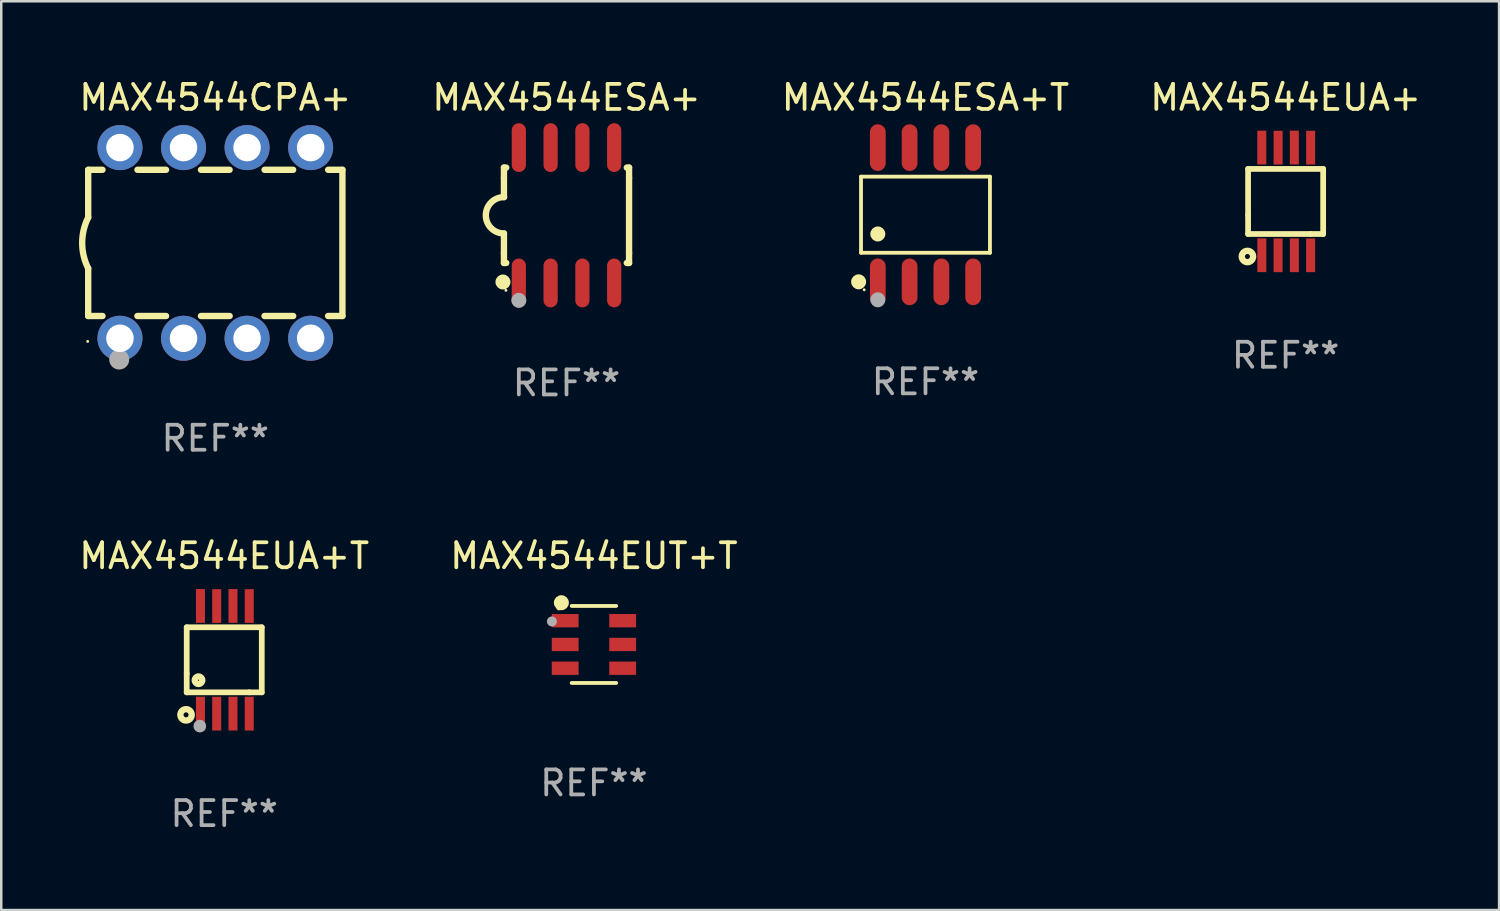
<source format=kicad_pcb>
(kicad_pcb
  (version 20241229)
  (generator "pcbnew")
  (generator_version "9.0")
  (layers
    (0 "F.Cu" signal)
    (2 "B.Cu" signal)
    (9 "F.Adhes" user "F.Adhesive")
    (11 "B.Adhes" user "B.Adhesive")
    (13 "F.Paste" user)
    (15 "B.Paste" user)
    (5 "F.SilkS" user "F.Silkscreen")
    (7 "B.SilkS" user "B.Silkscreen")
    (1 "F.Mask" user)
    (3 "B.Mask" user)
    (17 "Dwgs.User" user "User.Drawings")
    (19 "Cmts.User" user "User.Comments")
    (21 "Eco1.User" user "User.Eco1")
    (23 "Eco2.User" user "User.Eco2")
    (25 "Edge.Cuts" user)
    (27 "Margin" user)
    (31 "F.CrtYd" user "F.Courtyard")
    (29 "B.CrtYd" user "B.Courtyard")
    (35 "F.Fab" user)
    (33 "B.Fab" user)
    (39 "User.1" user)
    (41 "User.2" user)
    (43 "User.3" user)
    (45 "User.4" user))
  (footprint "MAX4544EUA+T"
    (layer "F.Cu")
    (at 5.911 23.317)
    (property "Reference" "MAX4544EUA+T" (at 0 -4.152 0) (layer "F.SilkS") (effects (font (size 1 1) (thickness 0.15))))
    (attr through_hole)
    (fp_line (start -1.5 1.301) (end 1 1.301) (stroke (width 0.229) (type solid)) (layer "F.SilkS"))
    (fp_line (start -1.5 -1.299) (end -1.5 0.551) (stroke (width 0.229) (type solid)) (layer "F.SilkS"))
    (fp_line (start -1.5 0.551) (end -1.5 1.301) (stroke (width 0.229) (type solid)) (layer "F.SilkS"))
    (fp_line (start 1 1.301) (end 1.5 1.301) (stroke (width 0.229) (type solid)) (layer "F.SilkS"))
    (fp_line (start 1.5 1.301) (end 1.5 -1.299) (stroke (width 0.229) (type solid)) (layer "F.SilkS"))
    (fp_line (start 1.5 -1.299) (end -1.5 -1.299) (stroke (width 0.229) (type solid)) (layer "F.SilkS"))
    (fp_circle (center -1.526 2.2) (end -1.426 2.2) (stroke (width 0.254) (type solid)) (fill no) (layer "F.SilkS"))
    (fp_circle (center -1.476 2.45) (end -1.446 2.45) (stroke (width 0.06) (type solid)) (fill no) (layer "F.SilkS"))
    (fp_circle (center -1.028 0.817) (end -0.878 0.817) (stroke (width 0.254) (type solid)) (fill no) (layer "F.SilkS"))
    (fp_circle (center -0.976 2.65) (end -0.849 2.65) (stroke (width 0.254) (type solid)) (fill no) (layer "F.Fab"))
    (fp_text user "REF**" (at 0 6.152 0) (layer "F.Fab") (effects (font (size 1 1) (thickness 0.15))))
    (pad "1" smd rect (at -0.951 2.15) (size 0.36 1.35) (layers "F.Cu" "F.Mask" "F.Paste"))
    (pad "2" smd rect (at -0.301 2.152) (size 0.36 1.35) (layers "F.Cu" "F.Mask" "F.Paste"))
    (pad "3" smd rect (at 0.349 2.151) (size 0.36 1.35) (layers "F.Cu" "F.Mask" "F.Paste"))
    (pad "4" smd rect (at 0.999 2.152) (size 0.36 1.35) (layers "F.Cu" "F.Mask" "F.Paste"))
    (pad "5" smd rect (at 0.999 -2.149) (size 0.36 1.35) (layers "F.Cu" "F.Mask" "F.Paste"))
    (pad "6" smd rect (at 0.349 -2.152) (size 0.36 1.35) (layers "F.Cu" "F.Mask" "F.Paste"))
    (pad "7" smd rect (at -0.301 -2.149) (size 0.36 1.35) (layers "F.Cu" "F.Mask" "F.Paste"))
    (pad "8" smd rect (at -0.951 -2.152) (size 0.36 1.35) (layers "F.Cu" "F.Mask" "F.Paste")))
  (footprint "MAX4544ESA+"
    (layer "F.Cu")
    (at 19.589 5.553)
    (property "Reference" "MAX4544ESA+" (at 0 -4.705 0) (layer "F.SilkS") (effects (font (size 1 1) (thickness 0.15))))
    (attr through_hole)
    (fp_line (start -2.5 -1.905) (end -2.409 -1.905) (stroke (width 0.254) (type solid)) (layer "F.SilkS"))
    (fp_line (start -2.5 -1.5) (end -2.5 -1.905) (stroke (width 0.254) (type solid)) (layer "F.SilkS"))
    (fp_line (start -2.5 -1.5) (end -2.5 -0.726) (stroke (width 0.254) (type solid)) (layer "F.SilkS"))
    (fp_line (start -2.5 1.5) (end -2.5 0.727) (stroke (width 0.254) (type solid)) (layer "F.SilkS"))
    (fp_line (start -2.5 1.5) (end -2.5 1.905) (stroke (width 0.254) (type solid)) (layer "F.SilkS"))
    (fp_line (start -2.5 1.905) (end -2.409 1.905) (stroke (width 0.254) (type solid)) (layer "F.SilkS"))
    (fp_line (start 2.5 -1.905) (end 2.409 -1.905) (stroke (width 0.254) (type solid)) (layer "F.SilkS"))
    (fp_line (start 2.5 -1.5) (end 2.5 -1.905) (stroke (width 0.254) (type solid)) (layer "F.SilkS"))
    (fp_line (start 2.5 -1.5) (end 2.5 1.5) (stroke (width 0.254) (type solid)) (layer "F.SilkS"))
    (fp_line (start 2.5 1.5) (end 2.5 1.905) (stroke (width 0.254) (type solid)) (layer "F.SilkS"))
    (fp_line (start 2.5 1.905) (end 2.409 1.905) (stroke (width 0.254) (type solid)) (layer "F.SilkS"))
    (fp_arc (start -2.5 0.726568) (mid -3.220316 -0.0023) (end -2.495097 -0.726289) (stroke (width 0.254001) (type solid)) (layer "F.SilkS"))
    (fp_circle (center -2.54 2.667) (end -2.39 2.667) (stroke (width 0.3) (type solid)) (fill no) (layer "F.SilkS"))
    (fp_circle (center -2.42 3) (end -2.39 3) (stroke (width 0.06) (type solid)) (fill no) (layer "F.SilkS"))
    (fp_circle (center -1.905 3.4) (end -1.755 3.4) (stroke (width 0.3) (type solid)) (fill no) (layer "F.Fab"))
    (fp_text user "REF**" (at 0 6.705 0) (layer "F.Fab") (effects (font (size 1 1) (thickness 0.15))))
    (pad "1" smd oval (at -1.905 2.705) (size 0.568 1.95) (layers "F.Cu" "F.Mask" "F.Paste"))
    (pad "2" smd oval (at -0.635 2.705) (size 0.568 1.95) (layers "F.Cu" "F.Mask" "F.Paste"))
    (pad "3" smd oval (at 0.635 2.705) (size 0.568 1.95) (layers "F.Cu" "F.Mask" "F.Paste"))
    (pad "4" smd oval (at 1.905 2.705) (size 0.568 1.95) (layers "F.Cu" "F.Mask" "F.Paste"))
    (pad "5" smd oval (at 1.905 -2.705) (size 0.568 1.95) (layers "F.Cu" "F.Mask" "F.Paste"))
    (pad "6" smd oval (at 0.635 -2.705) (size 0.568 1.95) (layers "F.Cu" "F.Mask" "F.Paste"))
    (pad "7" smd oval (at -0.635 -2.705) (size 0.568 1.95) (layers "F.Cu" "F.Mask" "F.Paste"))
    (pad "8" smd oval (at -1.905 -2.705) (size 0.568 1.95) (layers "F.Cu" "F.Mask" "F.Paste")))
  (footprint "MAX4544EUT+T"
    (layer "F.Cu")
    (at 20.685 22.704)
    (property "Reference" "MAX4544EUT+T" (at 0 -3.539 0) (layer "F.SilkS") (effects (font (size 1 1) (thickness 0.15))))
    (attr through_hole)
    (fp_line (start -0.889 -1.539) (end 0.889 -1.539) (stroke (width 0.152) (type solid)) (layer "F.SilkS"))
    (fp_line (start -0.889 1.539) (end 0.889 1.539) (stroke (width 0.152) (type solid)) (layer "F.SilkS"))
    (fp_circle (center -1.4 -1.463) (end -1.35 -1.463) (stroke (width 0.1) (type solid)) (fill no) (layer "F.SilkS"))
    (fp_circle (center -1.301 -1.668) (end -1.151 -1.668) (stroke (width 0.3) (type solid)) (fill no) (layer "F.SilkS"))
    (fp_circle (center -1.68 -0.92) (end -1.58 -0.92) (stroke (width 0.2) (type solid)) (fill no) (layer "F.Fab"))
    (fp_text user "REF**" (at 0 5.539 0) (layer "F.Fab") (effects (font (size 1 1) (thickness 0.15))))
    (pad "1" smd rect (at -1.149 -0.95 270) (size 0.532 1.072) (layers "F.Cu" "F.Mask" "F.Paste"))
    (pad "2" smd rect (at -1.149 0.000102 270) (size 0.532 1.072) (layers "F.Cu" "F.Mask" "F.Paste"))
    (pad "3" smd rect (at -1.149 0.95 270) (size 0.532 1.072) (layers "F.Cu" "F.Mask" "F.Paste"))
    (pad "4" smd rect (at 1.149 0.95 270) (size 0.532 1.072) (layers "F.Cu" "F.Mask" "F.Paste"))
    (pad "5" smd rect (at 1.149 0.000102 270) (size 0.532 1.072) (layers "F.Cu" "F.Mask" "F.Paste"))
    (pad "6" smd rect (at 1.149 -0.95 270) (size 0.532 1.072) (layers "F.Cu" "F.Mask" "F.Paste")))
  (footprint "MAX4544ESA+T"
    (layer "F.Cu")
    (at 33.935 5.531)
    (property "Reference" "MAX4544ESA+T" (at 0 -4.682 0) (layer "F.SilkS") (effects (font (size 1 1) (thickness 0.15))))
    (attr through_hole)
    (fp_line (start -2.576 -1.521) (end 2.576 -1.521) (stroke (width 0.152) (type solid)) (layer "F.SilkS"))
    (fp_line (start -2.576 1.521) (end -2.576 -1.521) (stroke (width 0.152) (type solid)) (layer "F.SilkS"))
    (fp_line (start 2.576 -1.521) (end 2.576 1.521) (stroke (width 0.152) (type solid)) (layer "F.SilkS"))
    (fp_line (start 2.576 1.521) (end -2.576 1.521) (stroke (width 0.152) (type solid)) (layer "F.SilkS"))
    (fp_circle (center -2.672 2.682) (end -2.522 2.682) (stroke (width 0.3) (type solid)) (fill no) (layer "F.SilkS"))
    (fp_circle (center -2.45 3) (end -2.42 3) (stroke (width 0.06) (type solid)) (fill no) (layer "F.SilkS"))
    (fp_circle (center -1.905 0.769) (end -1.755 0.769) (stroke (width 0.3) (type solid)) (fill no) (layer "F.SilkS"))
    (fp_circle (center -1.905 3.4) (end -1.755 3.4) (stroke (width 0.3) (type solid)) (fill no) (layer "F.Fab"))
    (fp_text user "REF**" (at 0 6.682 0) (layer "F.Fab") (effects (font (size 1 1) (thickness 0.15))))
    (pad "1" smd oval (at -1.905 2.682) (size 0.63 1.865) (layers "F.Cu" "F.Mask" "F.Paste"))
    (pad "2" smd oval (at -0.635 2.682) (size 0.63 1.865) (layers "F.Cu" "F.Mask" "F.Paste"))
    (pad "3" smd oval (at 0.635 2.682) (size 0.63 1.865) (layers "F.Cu" "F.Mask" "F.Paste"))
    (pad "4" smd oval (at 1.905 2.682) (size 0.63 1.865) (layers "F.Cu" "F.Mask" "F.Paste"))
    (pad "5" smd oval (at 1.905 -2.682) (size 0.63 1.865) (layers "F.Cu" "F.Mask" "F.Paste"))
    (pad "6" smd oval (at 0.635 -2.682) (size 0.63 1.865) (layers "F.Cu" "F.Mask" "F.Paste"))
    (pad "7" smd oval (at -0.635 -2.682) (size 0.63 1.865) (layers "F.Cu" "F.Mask" "F.Paste"))
    (pad "8" smd oval (at -1.905 -2.682) (size 0.63 1.865) (layers "F.Cu" "F.Mask" "F.Paste")))
  (footprint "MAX4544EUA+"
    (layer "F.Cu")
    (at 48.327 5)
    (property "Reference" "MAX4544EUA+" (at 0 -4.152 0) (layer "F.SilkS") (effects (font (size 1 1) (thickness 0.15))))
    (attr through_hole)
    (fp_line (start -1.5 1.301) (end 1 1.301) (stroke (width 0.229) (type solid)) (layer "F.SilkS"))
    (fp_line (start -1.5 -1.299) (end -1.5 0.551) (stroke (width 0.229) (type solid)) (layer "F.SilkS"))
    (fp_line (start -1.5 0.551) (end -1.5 1.301) (stroke (width 0.229) (type solid)) (layer "F.SilkS"))
    (fp_line (start 1 1.301) (end 1.5 1.301) (stroke (width 0.229) (type solid)) (layer "F.SilkS"))
    (fp_line (start 1.5 1.301) (end 1.5 -1.299) (stroke (width 0.229) (type solid)) (layer "F.SilkS"))
    (fp_line (start 1.5 -1.299) (end -1.5 -1.299) (stroke (width 0.229) (type solid)) (layer "F.SilkS"))
    (fp_circle (center -1.526 2.2) (end -1.426 2.2) (stroke (width 0.254) (type solid)) (fill no) (layer "F.SilkS"))
    (fp_circle (center -1.476 2.45) (end -1.446 2.45) (stroke (width 0.06) (type solid)) (fill no) (layer "F.SilkS"))
    (fp_text user "REF**" (at 0 6.152 0) (layer "F.Fab") (effects (font (size 1 1) (thickness 0.15))))
    (pad "1" smd rect (at -0.951 2.15) (size 0.36 1.35) (layers "F.Cu" "F.Mask" "F.Paste"))
    (pad "2" smd rect (at -0.301 2.152) (size 0.36 1.35) (layers "F.Cu" "F.Mask" "F.Paste"))
    (pad "3" smd rect (at 0.349 2.151) (size 0.36 1.35) (layers "F.Cu" "F.Mask" "F.Paste"))
    (pad "4" smd rect (at 0.999 2.152) (size 0.36 1.35) (layers "F.Cu" "F.Mask" "F.Paste"))
    (pad "5" smd rect (at 1 -2.149) (size 0.36 1.35) (layers "F.Cu" "F.Mask" "F.Paste"))
    (pad "6" smd rect (at 0.348 -2.152) (size 0.36 1.35) (layers "F.Cu" "F.Mask" "F.Paste"))
    (pad "7" smd rect (at -0.3 -2.149) (size 0.36 1.35) (layers "F.Cu" "F.Mask" "F.Paste"))
    (pad "8" smd rect (at -0.952 -2.152) (size 0.36 1.35) (layers "F.Cu" "F.Mask" "F.Paste")))
  (footprint "MAX4544CPA+"
    (layer "F.Cu")
    (at 5.554 6.658)
    (property "Reference" "MAX4544CPA+" (at 0 -5.81 0) (layer "F.SilkS") (effects (font (size 1 1) (thickness 0.15))))
    (attr through_hole)
    (fp_line (start -5.08 -2.922) (end -5.08 -1.017) (stroke (width 0.254) (type solid)) (layer "F.SilkS"))
    (fp_line (start -5.08 -2.922) (end -4.509 -2.922) (stroke (width 0.254) (type solid)) (layer "F.SilkS"))
    (fp_line (start -5.08 2.92) (end -5.08 1.015) (stroke (width 0.254) (type solid)) (layer "F.SilkS"))
    (fp_line (start -5.08 2.92) (end -4.507 2.92) (stroke (width 0.254) (type solid)) (layer "F.SilkS"))
    (fp_line (start -3.113 2.92) (end -1.967 2.92) (stroke (width 0.254) (type solid)) (layer "F.SilkS"))
    (fp_line (start -3.111 -2.922) (end -1.969 -2.922) (stroke (width 0.254) (type solid)) (layer "F.SilkS"))
    (fp_line (start -0.573 2.92) (end 0.573 2.92) (stroke (width 0.254) (type solid)) (layer "F.SilkS"))
    (fp_line (start -0.571 -2.922) (end 0.571 -2.922) (stroke (width 0.254) (type solid)) (layer "F.SilkS"))
    (fp_line (start 1.967 2.92) (end 3.113 2.92) (stroke (width 0.254) (type solid)) (layer "F.SilkS"))
    (fp_line (start 1.969 -2.922) (end 3.111 -2.922) (stroke (width 0.254) (type solid)) (layer "F.SilkS"))
    (fp_line (start 4.507 2.92) (end 5.08 2.92) (stroke (width 0.254) (type solid)) (layer "F.SilkS"))
    (fp_line (start 4.509 -2.922) (end 5.08 -2.922) (stroke (width 0.254) (type solid)) (layer "F.SilkS"))
    (fp_line (start 5.08 -2.922) (end 5.08 2.92) (stroke (width 0.254) (type solid)) (layer "F.SilkS"))
    (fp_arc (start -5.08001 1.01524) (mid -5.319856 -0.000762) (end -5.08001 -1.016764) (stroke (width 0.254001) (type solid)) (layer "F.SilkS"))
    (fp_circle (center -5.1 3.935) (end -5.07 3.935) (stroke (width 0.06) (type solid)) (fill no) (layer "F.SilkS"))
    (fp_circle (center -3.84 4.66) (end -3.64 4.66) (stroke (width 0.4) (type solid)) (fill no) (layer "F.Fab"))
    (fp_text user "REF**" (at 0 7.81 0) (layer "F.Fab") (effects (font (size 1 1) (thickness 0.15))))
    (pad "1" thru_hole circle (at -3.81 3.81) (size 1.8 1.8) (drill 1.1) (layers "*.Cu" "*.Mask"))
    (pad "2" thru_hole circle (at -1.27 3.81) (size 1.8 1.8) (drill 1.1) (layers "*.Cu" "*.Mask"))
    (pad "3" thru_hole circle (at 1.27 3.81) (size 1.8 1.8) (drill 1.1) (layers "*.Cu" "*.Mask"))
    (pad "4" thru_hole circle (at 3.81 3.81) (size 1.8 1.8) (drill 1.1) (layers "*.Cu" "*.Mask"))
    (pad "5" thru_hole circle (at 3.81 -3.81) (size 1.8 1.8) (drill 1.1) (layers "*.Cu" "*.Mask"))
    (pad "6" thru_hole circle (at 1.27 -3.81) (size 1.8 1.8) (drill 1.1) (layers "*.Cu" "*.Mask"))
    (pad "7" thru_hole circle (at -1.27 -3.81) (size 1.8 1.8) (drill 1.1) (layers "*.Cu" "*.Mask"))
    (pad "8" thru_hole circle (at -3.81 -3.81) (size 1.8 1.8) (drill 1.1) (layers "*.Cu" "*.Mask")))
  (gr_rect
    (start -3 -3)
    (end 56.857 33.317)
    (stroke (width 0.1) (type default))
    (fill no)
    (layer "Edge.Cuts")))
</source>
